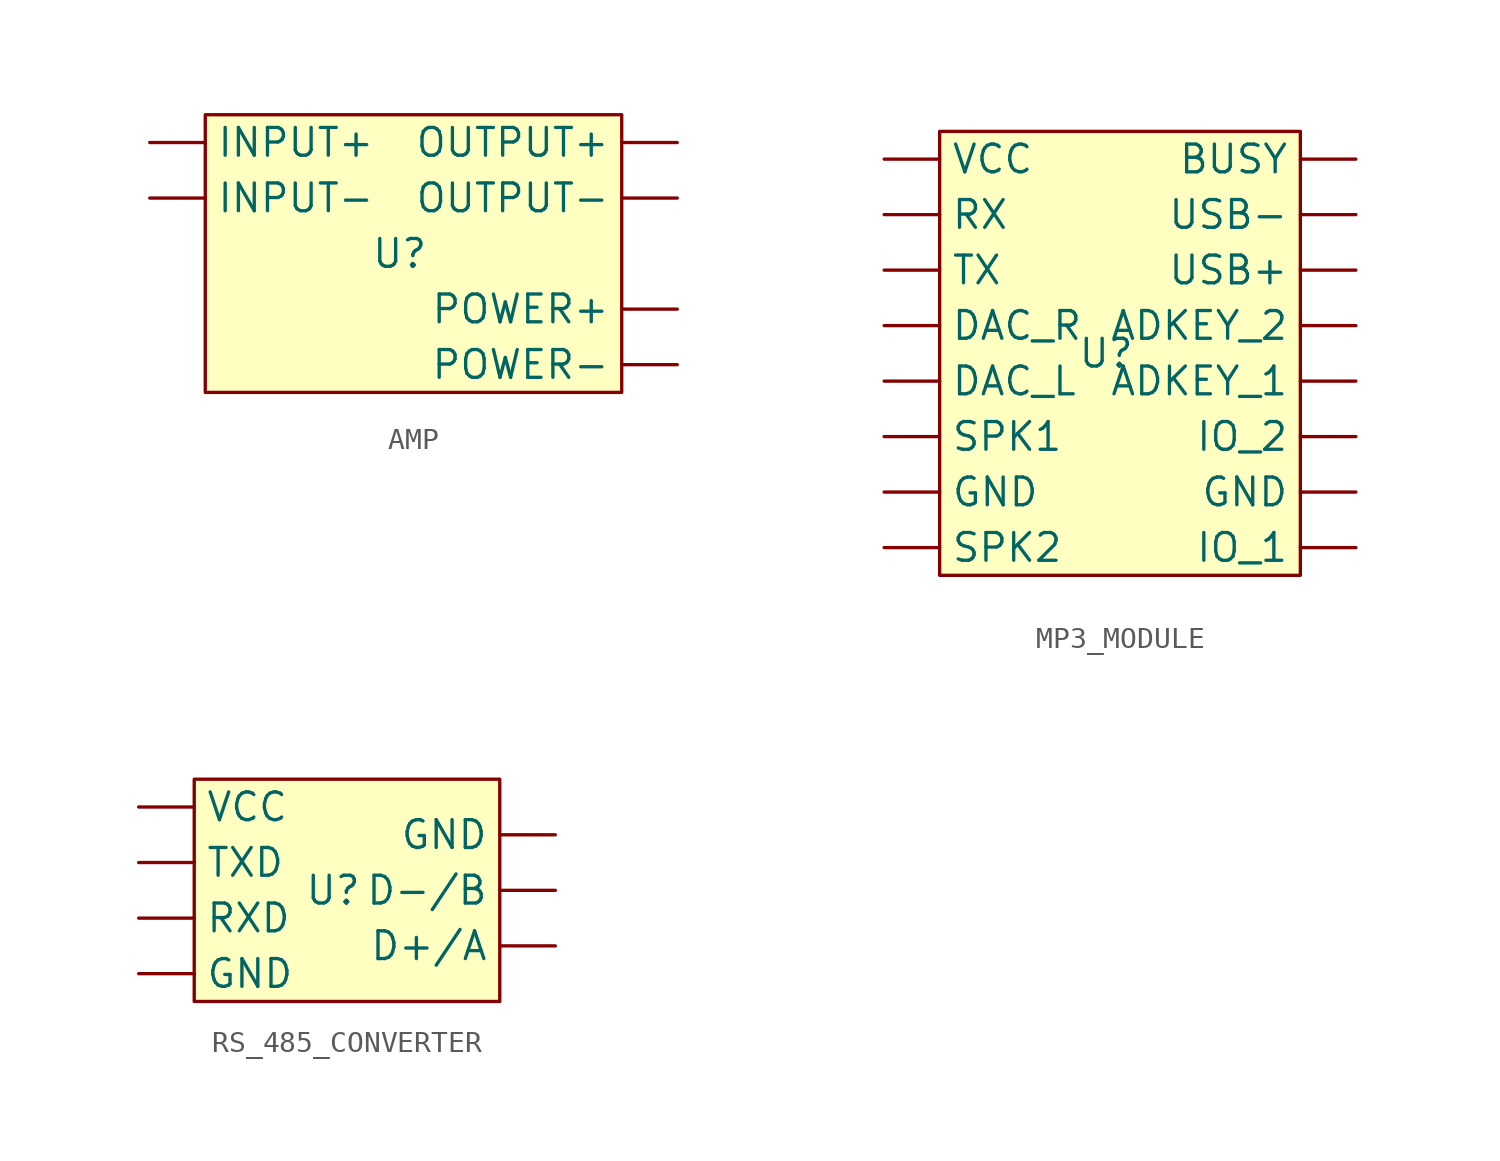
<source format=kicad_sym>
(kicad_symbol_lib
  (version 20231120)
  (generator "kicad_symbol_editor")
  (generator_version "8.0")
  (symbol "AMP"
    (property "Reference" "U"
      (at 0 0 0)
      (effects (font (size 1.27 1.27))))
    (property "Value" ""
      (at 0 0 0)
      (effects (font (size 1.27 1.27))))
    (symbol "AMP_1_1"
      (rectangle (start -8.89 6.35) (end 10.16 -6.35) (stroke (width 0) (type default)) (fill (type background)))
      (pin input line (at -11.43 5.08 0) (length 2.54) (name "INPUT+" (effects (font (size 1.27 1.27)))) (number "" (effects (font (size 1.27 1.27)))))
      (pin input line (at -11.43 2.54 0) (length 2.54) (name "INPUT-" (effects (font (size 1.27 1.27)))) (number "" (effects (font (size 1.27 1.27)))))
      (pin input line (at 12.7 5.08 180) (length 2.54) (name "OUTPUT+" (effects (font (size 1.27 1.27)))) (number "" (effects (font (size 1.27 1.27)))))
      (pin input line (at 12.7 2.54 180) (length 2.54) (name "OUTPUT-" (effects (font (size 1.27 1.27)))) (number "" (effects (font (size 1.27 1.27)))))
      (pin input line (at 12.7 -2.54 180) (length 2.54) (name "POWER+" (effects (font (size 1.27 1.27)))) (number "" (effects (font (size 1.27 1.27)))))
      (pin input line (at 12.7 -5.08 180) (length 2.54) (name "POWER-" (effects (font (size 1.27 1.27)))) (number "" (effects (font (size 1.27 1.27)))))))
  (symbol "MP3_MODULE"
    (property "Reference" "U"
      (at 0 0 0)
      (effects (font (size 1.27 1.27))))
    (property "Value" ""
      (at -1.27 2.54 0)
      (effects (font (size 1.27 1.27))))
    (symbol "MP3_MODULE_1_1"
      (rectangle (start -7.62 10.16) (end 8.89 -10.16) (stroke (width 0) (type default)) (fill (type background)))
      (pin input line (at 11.43 -1.27 180) (length 2.54) (name "ADKEY_1" (effects (font (size 1.27 1.27)))) (number "" (effects (font (size 1.27 1.27)))))
      (pin input line (at 11.43 1.27 180) (length 2.54) (name "ADKEY_2" (effects (font (size 1.27 1.27)))) (number "" (effects (font (size 1.27 1.27)))))
      (pin input line (at 11.43 8.89 180) (length 2.54) (name "BUSY" (effects (font (size 1.27 1.27)))) (number "" (effects (font (size 1.27 1.27)))))
      (pin input line (at -10.16 -1.27 0) (length 2.54) (name "DAC_L" (effects (font (size 1.27 1.27)))) (number "" (effects (font (size 1.27 1.27)))))
      (pin input line (at -10.16 1.27 0) (length 2.54) (name "DAC_R" (effects (font (size 1.27 1.27)))) (number "" (effects (font (size 1.27 1.27)))))
      (pin input line (at -10.16 -6.35 0) (length 2.54) (name "GND" (effects (font (size 1.27 1.27)))) (number "" (effects (font (size 1.27 1.27)))))
      (pin input line (at 11.43 -6.35 180) (length 2.54) (name "GND" (effects (font (size 1.27 1.27)))) (number "" (effects (font (size 1.27 1.27)))))
      (pin input line (at 11.43 -8.89 180) (length 2.54) (name "IO_1" (effects (font (size 1.27 1.27)))) (number "" (effects (font (size 1.27 1.27)))))
      (pin input line (at 11.43 -3.81 180) (length 2.54) (name "IO_2" (effects (font (size 1.27 1.27)))) (number "" (effects (font (size 1.27 1.27)))))
      (pin input line (at -10.16 6.35 0) (length 2.54) (name "RX" (effects (font (size 1.27 1.27)))) (number "" (effects (font (size 1.27 1.27)))))
      (pin input line (at -10.16 -3.81 0) (length 2.54) (name "SPK1" (effects (font (size 1.27 1.27)))) (number "" (effects (font (size 1.27 1.27)))))
      (pin input line (at -10.16 -8.89 0) (length 2.54) (name "SPK2" (effects (font (size 1.27 1.27)))) (number "" (effects (font (size 1.27 1.27)))))
      (pin input line (at -10.16 3.81 0) (length 2.54) (name "TX" (effects (font (size 1.27 1.27)))) (number "" (effects (font (size 1.27 1.27)))))
      (pin input line (at 11.43 3.81 180) (length 2.54) (name "USB+" (effects (font (size 1.27 1.27)))) (number "" (effects (font (size 1.27 1.27)))))
      (pin input line (at 11.43 6.35 180) (length 2.54) (name "USB-" (effects (font (size 1.27 1.27)))) (number "" (effects (font (size 1.27 1.27)))))
      (pin input line (at -10.16 8.89 0) (length 2.54) (name "VCC" (effects (font (size 1.27 1.27)))) (number "" (effects (font (size 1.27 1.27)))))))
  (symbol "RS_485_CONVERTER"
    (property "Reference" "U"
      (at 0 0 0)
      (effects (font (size 1.27 1.27))))
    (property "Value" ""
      (at 1.27 2.54 0)
      (effects (font (size 1.27 1.27))))
    (symbol "RS_485_CONVERTER_1_1"
      (rectangle (start -6.35 5.08) (end 7.62 -5.08) (stroke (width 0) (type default)) (fill (type background)))
      (pin input line (at 10.16 -2.54 180) (length 2.54) (name "D+/A" (effects (font (size 1.27 1.27)))) (number "" (effects (font (size 1.27 1.27)))))
      (pin input line (at 10.16 0 180) (length 2.54) (name "D-/B" (effects (font (size 1.27 1.27)))) (number "" (effects (font (size 1.27 1.27)))))
      (pin input line (at -8.89 -3.81 0) (length 2.54) (name "GND" (effects (font (size 1.27 1.27)))) (number "" (effects (font (size 1.27 1.27)))))
      (pin input line (at 10.16 2.54 180) (length 2.54) (name "GND" (effects (font (size 1.27 1.27)))) (number "" (effects (font (size 1.27 1.27)))))
      (pin input line (at -8.89 -1.27 0) (length 2.54) (name "RXD" (effects (font (size 1.27 1.27)))) (number "" (effects (font (size 1.27 1.27)))))
      (pin input line (at -8.89 1.27 0) (length 2.54) (name "TXD" (effects (font (size 1.27 1.27)))) (number "" (effects (font (size 1.27 1.27)))))
      (pin input line (at -8.89 3.81 0) (length 2.54) (name "VCC" (effects (font (size 1.27 1.27)))) (number "" (effects (font (size 1.27 1.27))))))))
</source>
